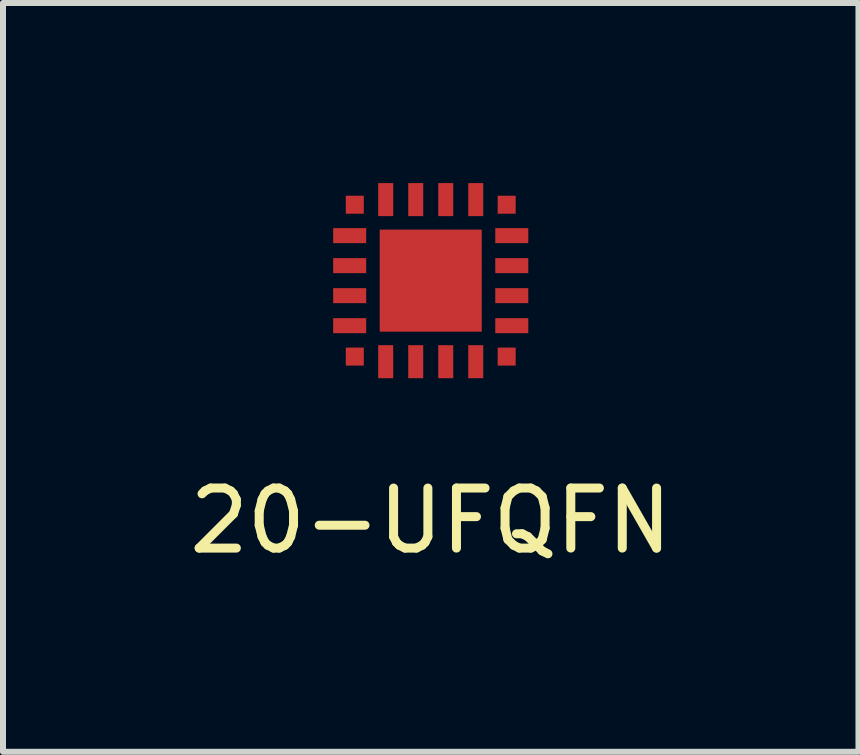
<source format=kicad_pcb>
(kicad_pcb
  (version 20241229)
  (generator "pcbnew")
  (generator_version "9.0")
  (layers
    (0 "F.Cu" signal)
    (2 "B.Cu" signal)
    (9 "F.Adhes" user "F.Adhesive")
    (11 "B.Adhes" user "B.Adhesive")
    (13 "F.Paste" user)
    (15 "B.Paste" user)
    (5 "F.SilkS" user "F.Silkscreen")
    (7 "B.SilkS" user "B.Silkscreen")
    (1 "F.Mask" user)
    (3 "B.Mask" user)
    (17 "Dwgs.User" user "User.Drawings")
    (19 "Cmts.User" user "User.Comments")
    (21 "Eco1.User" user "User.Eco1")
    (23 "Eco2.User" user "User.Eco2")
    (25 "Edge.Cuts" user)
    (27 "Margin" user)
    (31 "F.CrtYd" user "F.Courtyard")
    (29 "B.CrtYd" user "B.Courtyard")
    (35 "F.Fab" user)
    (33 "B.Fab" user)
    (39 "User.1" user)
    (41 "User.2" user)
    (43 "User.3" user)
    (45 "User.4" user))
  (footprint "20-UFQFN"
    (layer "F.Cu")
    (at 4.125 1.625)
    (property "Reference" "20-UFQFN" (at 0 4 0) (layer "F.SilkS") (effects (font (size 1 1) (thickness 0.15))))
    (attr through_hole)
    (pad "1" smd rect (at -1.265 -1.265) (size 0.3 0.3) (layers "F.Cu" "F.Mask" "F.Paste"))
    (pad "2" smd rect (at -1.35 -0.75) (size 0.55 0.25) (layers "F.Cu" "F.Mask" "F.Paste"))
    (pad "3" smd rect (at -1.35 -0.25) (size 0.55 0.25) (layers "F.Cu" "F.Mask" "F.Paste"))
    (pad "4" smd rect (at -1.35 0.25) (size 0.55 0.25) (layers "F.Cu" "F.Mask" "F.Paste"))
    (pad "5" smd rect (at -1.35 0.75) (size 0.55 0.25) (layers "F.Cu" "F.Mask" "F.Paste"))
    (pad "6" smd rect (at -1.265 1.265) (size 0.3 0.3) (layers "F.Cu" "F.Mask" "F.Paste"))
    (pad "7" smd rect (at -0.75 1.35) (size 0.25 0.55) (layers "F.Cu" "F.Mask" "F.Paste"))
    (pad "8" smd rect (at -0.25 1.35) (size 0.25 0.55) (layers "F.Cu" "F.Mask" "F.Paste"))
    (pad "9" smd rect (at 0.25 1.35) (size 0.25 0.55) (layers "F.Cu" "F.Mask" "F.Paste"))
    (pad "10" smd rect (at 0.75 1.35) (size 0.25 0.55) (layers "F.Cu" "F.Mask" "F.Paste"))
    (pad "11" smd rect (at 1.265 1.265) (size 0.3 0.3) (layers "F.Cu" "F.Mask" "F.Paste"))
    (pad "12" smd rect (at 1.35 0.75 90) (size 0.25 0.55) (layers "F.Cu" "F.Mask" "F.Paste"))
    (pad "13" smd rect (at 1.35 0.25 90) (size 0.25 0.55) (layers "F.Cu" "F.Mask" "F.Paste"))
    (pad "14" smd rect (at 1.35 -0.25 90) (size 0.25 0.55) (layers "F.Cu" "F.Mask" "F.Paste"))
    (pad "15" smd rect (at 1.35 -0.75 90) (size 0.25 0.55) (layers "F.Cu" "F.Mask" "F.Paste"))
    (pad "16" smd rect (at 1.265 -1.265) (size 0.3 0.3) (layers "F.Cu" "F.Mask" "F.Paste"))
    (pad "17" smd rect (at 0.75 -1.35 180) (size 0.25 0.55) (layers "F.Cu" "F.Mask" "F.Paste"))
    (pad "18" smd rect (at 0.25 -1.35 180) (size 0.25 0.55) (layers "F.Cu" "F.Mask" "F.Paste"))
    (pad "19" smd rect (at -0.25 -1.35 180) (size 0.25 0.55) (layers "F.Cu" "F.Mask" "F.Paste"))
    (pad "20" smd rect (at -0.75 -1.35 180) (size 0.25 0.55) (layers "F.Cu" "F.Mask" "F.Paste"))
    (pad "21" smd rect (at 0 0) (size 1.7 1.7) (layers "F.Cu" "F.Mask" "F.Paste")))
  (gr_rect
    (start -3 -3)
    (end 11.25 9.473)
    (stroke (width 0.1) (type default))
    (fill no)
    (layer "Edge.Cuts")))
</source>
